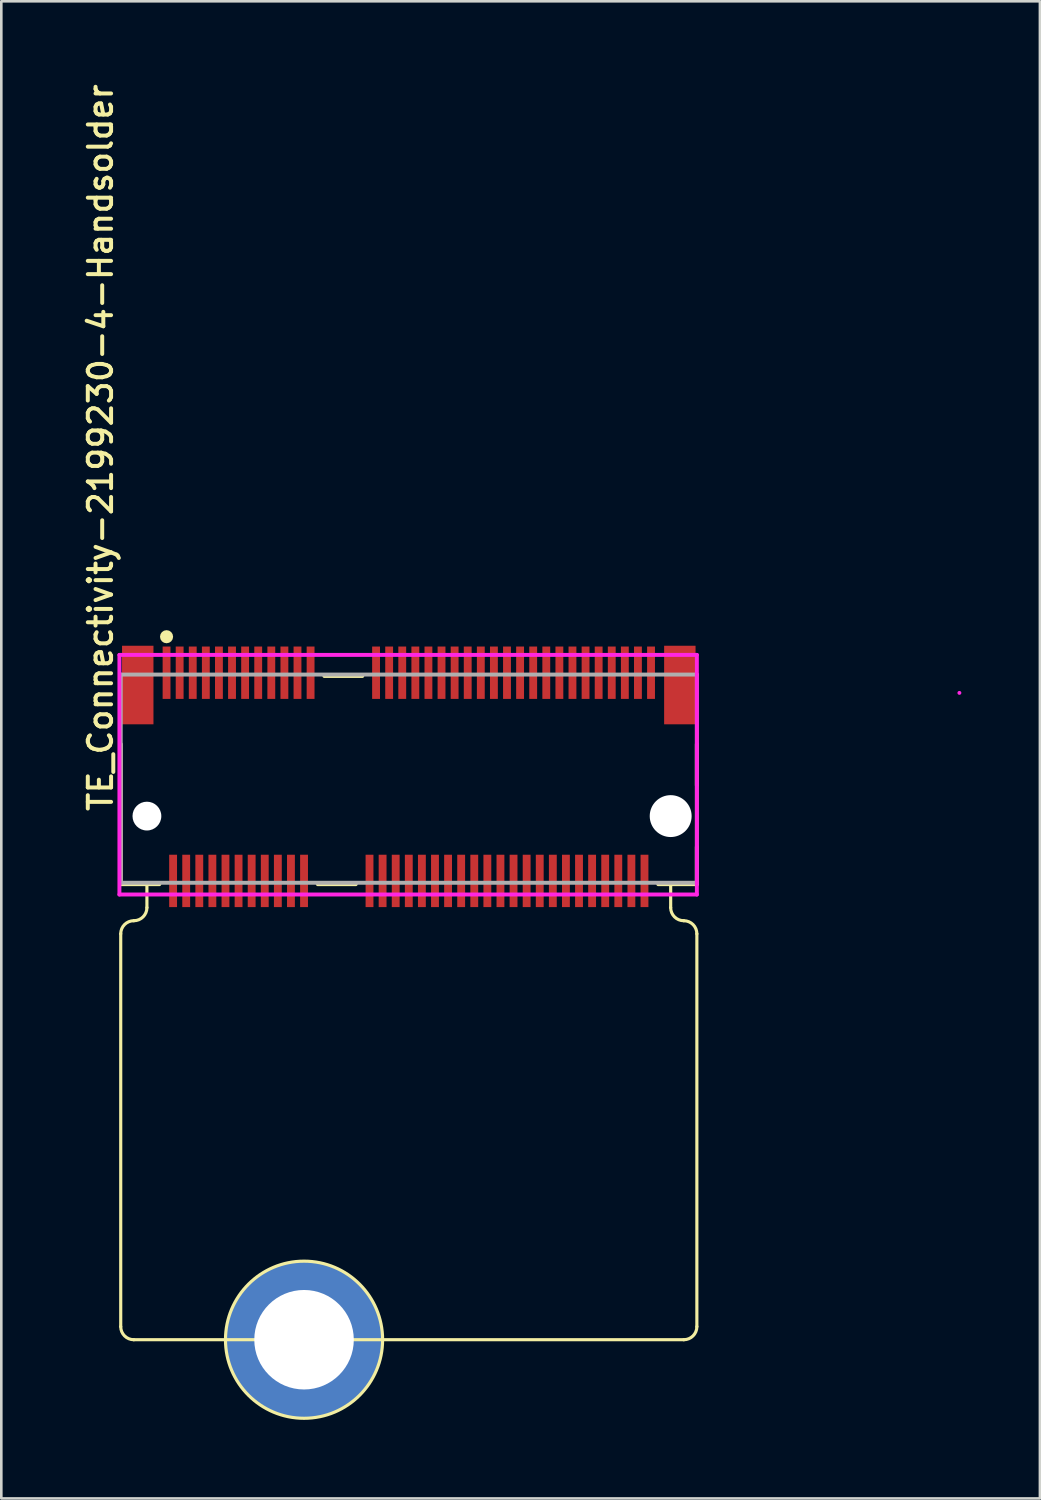
<source format=kicad_pcb>
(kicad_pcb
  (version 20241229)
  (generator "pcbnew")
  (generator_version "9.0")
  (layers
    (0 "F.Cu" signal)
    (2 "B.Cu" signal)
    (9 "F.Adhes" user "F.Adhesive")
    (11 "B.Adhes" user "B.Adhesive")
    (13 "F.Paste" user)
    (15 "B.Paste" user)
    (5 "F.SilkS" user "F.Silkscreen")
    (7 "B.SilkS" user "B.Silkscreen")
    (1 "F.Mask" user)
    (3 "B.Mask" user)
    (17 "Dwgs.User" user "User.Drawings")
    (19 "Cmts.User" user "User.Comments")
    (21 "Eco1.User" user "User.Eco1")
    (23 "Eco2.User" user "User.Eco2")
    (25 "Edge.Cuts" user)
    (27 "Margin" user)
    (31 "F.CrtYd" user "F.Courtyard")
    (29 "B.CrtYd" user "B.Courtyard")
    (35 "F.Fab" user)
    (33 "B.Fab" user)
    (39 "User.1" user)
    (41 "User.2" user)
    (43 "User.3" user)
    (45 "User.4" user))
  (footprint "TE_Connectivity-2199230-4-Handsolder"
    (layer "F.Cu")
    (at 12.56 26.608)
    (property "Reference" "TE_Connectivity-2199230-4-Handsolder" (at -11.772 1.4 90) (layer "F.SilkS") (effects (font (size 0.889 0.889) (thickness 0.152)) (justify left)))
    (attr through_hole)
    (fp_line (start -11 4.105) (end -11 -1.245) (stroke (width 0.15) (type solid)) (layer "F.SilkS"))
    (fp_line (start -11 4.105) (end -9.525 4.105) (stroke (width 0.15) (type solid)) (layer "F.SilkS"))
    (fp_line (start -11 21) (end -11 6) (stroke (width 0.12) (type solid)) (layer "F.SilkS"))
    (fp_line (start -10.5 21.5) (end 10.5 21.5) (stroke (width 0.12) (type solid)) (layer "F.SilkS"))
    (fp_line (start -10 5) (end -10 4.1) (stroke (width 0.12) (type solid)) (layer "F.SilkS"))
    (fp_line (start -3.475 4.105) (end -2.025 4.105) (stroke (width 0.15) (type solid)) (layer "F.SilkS"))
    (fp_line (start -3.225 -3.845) (end -1.775 -3.845) (stroke (width 0.15) (type solid)) (layer "F.SilkS"))
    (fp_line (start 9.525 4.105) (end 11 4.105) (stroke (width 0.15) (type solid)) (layer "F.SilkS"))
    (fp_line (start 10 5) (end 10 4.1) (stroke (width 0.12) (type solid)) (layer "F.SilkS"))
    (fp_line (start 11 0.33) (end 11 -1.245) (stroke (width 0.15) (type solid)) (layer "F.SilkS"))
    (fp_line (start 11 4.105) (end 11 2.68) (stroke (width 0.15) (type solid)) (layer "F.SilkS"))
    (fp_line (start 11 21) (end 11 6) (stroke (width 0.12) (type solid)) (layer "F.SilkS"))
    (fp_arc (start -11 6) (mid -10.853553 5.646447) (end -10.5 5.5) (stroke (width 0.12) (type solid)) (layer "F.SilkS"))
    (fp_arc (start -10.5 21.5) (mid -10.853553 21.353553) (end -11 21) (stroke (width 0.12) (type solid)) (layer "F.SilkS"))
    (fp_arc (start -10 5) (mid -10.146447 5.353553) (end -10.5 5.5) (stroke (width 0.12) (type solid)) (layer "F.SilkS"))
    (fp_arc (start 10.5 5.5) (mid 10.146447 5.353553) (end 10 5) (stroke (width 0.12) (type solid)) (layer "F.SilkS"))
    (fp_arc (start 10.5 5.5) (mid 10.853553 5.646447) (end 11 6) (stroke (width 0.12) (type solid)) (layer "F.SilkS"))
    (fp_arc (start 11 21) (mid 10.853553 21.353553) (end 10.5 21.5) (stroke (width 0.12) (type solid)) (layer "F.SilkS"))
    (fp_circle (center -9.25 -5.345) (end -9.125 -5.345) (stroke (width 0.25) (type solid)) (fill no) (layer "F.SilkS"))
    (fp_circle (center -4 21.5) (end -4 24.5) (stroke (width 0.12) (type solid)) (fill no) (layer "F.SilkS"))
    (fp_line (start -11.05 -4.65) (end -11.05 4.5) (stroke (width 0.15) (type solid)) (layer "F.CrtYd"))
    (fp_line (start -11.05 4.5) (end 11 4.5) (stroke (width 0.15) (type solid)) (layer "F.CrtYd"))
    (fp_line (start 11 -4.65) (end -11.05 -4.65) (stroke (width 0.15) (type solid)) (layer "F.CrtYd"))
    (fp_line (start 11 4.5) (end 11 -4.65) (stroke (width 0.15) (type solid)) (layer "F.CrtYd"))
    (fp_line (start 21.025 -3.2) (end 21.025 -3.2) (stroke (width 0.15) (type solid)) (layer "F.CrtYd"))
    (fp_line (start -11 -3.9) (end 11 -3.9) (stroke (width 0.15) (type solid)) (layer "F.Fab"))
    (fp_line (start -11 4.05) (end -11 -3.9) (stroke (width 0.15) (type solid)) (layer "F.Fab"))
    (fp_line (start 11 -3.9) (end 11 4.05) (stroke (width 0.15) (type solid)) (layer "F.Fab"))
    (fp_line (start 11 4.05) (end -11 4.05) (stroke (width 0.15) (type solid)) (layer "F.Fab"))
    (pad "" np_thru_hole circle (at -10 1.505) (size 1.1 1.1) (drill 1.1) (layers "*.Cu" "*.Mask"))
    (pad "" np_thru_hole circle (at 10 1.505) (size 1.6 1.6) (drill 1.6) (layers "*.Cu" "*.Mask"))
    (pad "1" smd rect (at -9.25 -3.97) (size 0.3 2) (layers "F.Cu" "F.Mask" "F.Paste"))
    (pad "2" smd rect (at -9 3.98) (size 0.3 2) (layers "F.Cu" "F.Mask" "F.Paste"))
    (pad "3" smd rect (at -8.75 -3.97) (size 0.3 2) (layers "F.Cu" "F.Mask" "F.Paste"))
    (pad "4" smd rect (at -8.5 3.98) (size 0.3 2) (layers "F.Cu" "F.Mask" "F.Paste"))
    (pad "5" smd rect (at -8.25 -3.97) (size 0.3 2) (layers "F.Cu" "F.Mask" "F.Paste"))
    (pad "6" smd rect (at -8 3.98) (size 0.3 2) (layers "F.Cu" "F.Mask" "F.Paste"))
    (pad "7" smd rect (at -7.75 -3.97) (size 0.3 2) (layers "F.Cu" "F.Mask" "F.Paste"))
    (pad "8" smd rect (at -7.5 3.98) (size 0.3 2) (layers "F.Cu" "F.Mask" "F.Paste"))
    (pad "9" smd rect (at -7.25 -3.97) (size 0.3 2) (layers "F.Cu" "F.Mask" "F.Paste"))
    (pad "10" smd rect (at -7 3.98) (size 0.3 2) (layers "F.Cu" "F.Mask" "F.Paste"))
    (pad "11" smd rect (at -6.75 -3.97) (size 0.3 2) (layers "F.Cu" "F.Mask" "F.Paste"))
    (pad "12" smd rect (at -6.5 3.98) (size 0.3 2) (layers "F.Cu" "F.Mask" "F.Paste"))
    (pad "13" smd rect (at -6.25 -3.97) (size 0.3 2) (layers "F.Cu" "F.Mask" "F.Paste"))
    (pad "14" smd rect (at -6 3.98) (size 0.3 2) (layers "F.Cu" "F.Mask" "F.Paste"))
    (pad "15" smd rect (at -5.75 -3.97) (size 0.3 2) (layers "F.Cu" "F.Mask" "F.Paste"))
    (pad "16" smd rect (at -5.5 3.98) (size 0.3 2) (layers "F.Cu" "F.Mask" "F.Paste"))
    (pad "17" smd rect (at -5.25 -3.97) (size 0.3 2) (layers "F.Cu" "F.Mask" "F.Paste"))
    (pad "18" smd rect (at -5 3.98) (size 0.3 2) (layers "F.Cu" "F.Mask" "F.Paste"))
    (pad "19" smd rect (at -4.75 -3.97) (size 0.3 2) (layers "F.Cu" "F.Mask" "F.Paste"))
    (pad "20" smd rect (at -4.5 3.98) (size 0.3 2) (layers "F.Cu" "F.Mask" "F.Paste"))
    (pad "21" smd rect (at -4.25 -3.97) (size 0.3 2) (layers "F.Cu" "F.Mask" "F.Paste"))
    (pad "22" smd rect (at -4 3.98) (size 0.3 2) (layers "F.Cu" "F.Mask" "F.Paste"))
    (pad "23" smd rect (at -3.75 -3.97) (size 0.3 2) (layers "F.Cu" "F.Mask" "F.Paste"))
    (pad "32" smd rect (at -1.5 3.98) (size 0.3 2) (layers "F.Cu" "F.Mask" "F.Paste"))
    (pad "33" smd rect (at -1.25 -3.97) (size 0.3 2) (layers "F.Cu" "F.Mask" "F.Paste"))
    (pad "34" smd rect (at -1 3.98) (size 0.3 2) (layers "F.Cu" "F.Mask" "F.Paste"))
    (pad "35" smd rect (at -0.75 -3.97) (size 0.3 2) (layers "F.Cu" "F.Mask" "F.Paste"))
    (pad "36" smd rect (at -0.5 3.98) (size 0.3 2) (layers "F.Cu" "F.Mask" "F.Paste"))
    (pad "37" smd rect (at -0.25 -3.97) (size 0.3 2) (layers "F.Cu" "F.Mask" "F.Paste"))
    (pad "38" smd rect (at 0 3.98) (size 0.3 2) (layers "F.Cu" "F.Mask" "F.Paste"))
    (pad "39" smd rect (at 0.25 -3.97) (size 0.3 2) (layers "F.Cu" "F.Mask" "F.Paste"))
    (pad "40" smd rect (at 0.5 3.98) (size 0.3 2) (layers "F.Cu" "F.Mask" "F.Paste"))
    (pad "41" smd rect (at 0.75 -3.97) (size 0.3 2) (layers "F.Cu" "F.Mask" "F.Paste"))
    (pad "42" smd rect (at 1 3.98) (size 0.3 2) (layers "F.Cu" "F.Mask" "F.Paste"))
    (pad "43" smd rect (at 1.25 -3.97) (size 0.3 2) (layers "F.Cu" "F.Mask" "F.Paste"))
    (pad "44" smd rect (at 1.5 3.98) (size 0.3 2) (layers "F.Cu" "F.Mask" "F.Paste"))
    (pad "45" smd rect (at 1.75 -3.97) (size 0.3 2) (layers "F.Cu" "F.Mask" "F.Paste"))
    (pad "46" smd rect (at 2 3.98) (size 0.3 2) (layers "F.Cu" "F.Mask" "F.Paste"))
    (pad "47" smd rect (at 2.25 -3.97) (size 0.3 2) (layers "F.Cu" "F.Mask" "F.Paste"))
    (pad "48" smd rect (at 2.5 3.98) (size 0.3 2) (layers "F.Cu" "F.Mask" "F.Paste"))
    (pad "49" smd rect (at 2.75 -3.97) (size 0.3 2) (layers "F.Cu" "F.Mask" "F.Paste"))
    (pad "50" smd rect (at 3 3.98) (size 0.3 2) (layers "F.Cu" "F.Mask" "F.Paste"))
    (pad "51" smd rect (at 3.25 -3.97) (size 0.3 2) (layers "F.Cu" "F.Mask" "F.Paste"))
    (pad "52" smd rect (at 3.5 3.98) (size 0.3 2) (layers "F.Cu" "F.Mask" "F.Paste"))
    (pad "53" smd rect (at 3.75 -3.97) (size 0.3 2) (layers "F.Cu" "F.Mask" "F.Paste"))
    (pad "54" smd rect (at 4 3.98) (size 0.3 2) (layers "F.Cu" "F.Mask" "F.Paste"))
    (pad "55" smd rect (at 4.25 -3.97) (size 0.3 2) (layers "F.Cu" "F.Mask" "F.Paste"))
    (pad "56" smd rect (at 4.5 3.98) (size 0.3 2) (layers "F.Cu" "F.Mask" "F.Paste"))
    (pad "57" smd rect (at 4.75 -3.97) (size 0.3 2) (layers "F.Cu" "F.Mask" "F.Paste"))
    (pad "58" smd rect (at 5 3.98) (size 0.3 2) (layers "F.Cu" "F.Mask" "F.Paste"))
    (pad "59" smd rect (at 5.25 -3.97) (size 0.3 2) (layers "F.Cu" "F.Mask" "F.Paste"))
    (pad "60" smd rect (at 5.5 3.98) (size 0.3 2) (layers "F.Cu" "F.Mask" "F.Paste"))
    (pad "61" smd rect (at 5.75 -3.97) (size 0.3 2) (layers "F.Cu" "F.Mask" "F.Paste"))
    (pad "62" smd rect (at 6 3.98) (size 0.3 2) (layers "F.Cu" "F.Mask" "F.Paste"))
    (pad "63" smd rect (at 6.25 -3.97) (size 0.3 2) (layers "F.Cu" "F.Mask" "F.Paste"))
    (pad "64" smd rect (at 6.5 3.98) (size 0.3 2) (layers "F.Cu" "F.Mask" "F.Paste"))
    (pad "65" smd rect (at 6.75 -3.97) (size 0.3 2) (layers "F.Cu" "F.Mask" "F.Paste"))
    (pad "66" smd rect (at 7 3.98) (size 0.3 2) (layers "F.Cu" "F.Mask" "F.Paste"))
    (pad "67" smd rect (at 7.25 -3.97) (size 0.3 2) (layers "F.Cu" "F.Mask" "F.Paste"))
    (pad "68" smd rect (at 7.5 3.98) (size 0.3 2) (layers "F.Cu" "F.Mask" "F.Paste"))
    (pad "69" smd rect (at 7.75 -3.97) (size 0.3 2) (layers "F.Cu" "F.Mask" "F.Paste"))
    (pad "70" smd rect (at 8 3.98) (size 0.3 2) (layers "F.Cu" "F.Mask" "F.Paste"))
    (pad "71" smd rect (at 8.25 -3.97) (size 0.3 2) (layers "F.Cu" "F.Mask" "F.Paste"))
    (pad "72" smd rect (at 8.5 3.98) (size 0.3 2) (layers "F.Cu" "F.Mask" "F.Paste"))
    (pad "73" smd rect (at 8.75 -3.97) (size 0.3 2) (layers "F.Cu" "F.Mask" "F.Paste"))
    (pad "74" smd rect (at 9 3.98) (size 0.3 2) (layers "F.Cu" "F.Mask" "F.Paste"))
    (pad "75" smd rect (at 9.25 -3.97) (size 0.3 2) (layers "F.Cu" "F.Mask" "F.Paste"))
    (pad "76" smd rect (at -10.35 -3.5) (size 1.2 3) (layers "F.Cu" "F.Mask" "F.Paste"))
    (pad "77" smd rect (at 10.35 -3.5) (size 1.2 3) (layers "F.Cu" "F.Mask" "F.Paste"))
    (pad "BLT" thru_hole circle (at -4 21.5) (size 6 6) (drill 3.8) (layers "*.Cu" "*.Mask")))
  (gr_rect
    (start -3 -3)
    (end 36.66 54.168)
    (stroke (width 0.1) (type default))
    (fill no)
    (layer "Edge.Cuts")))
</source>
